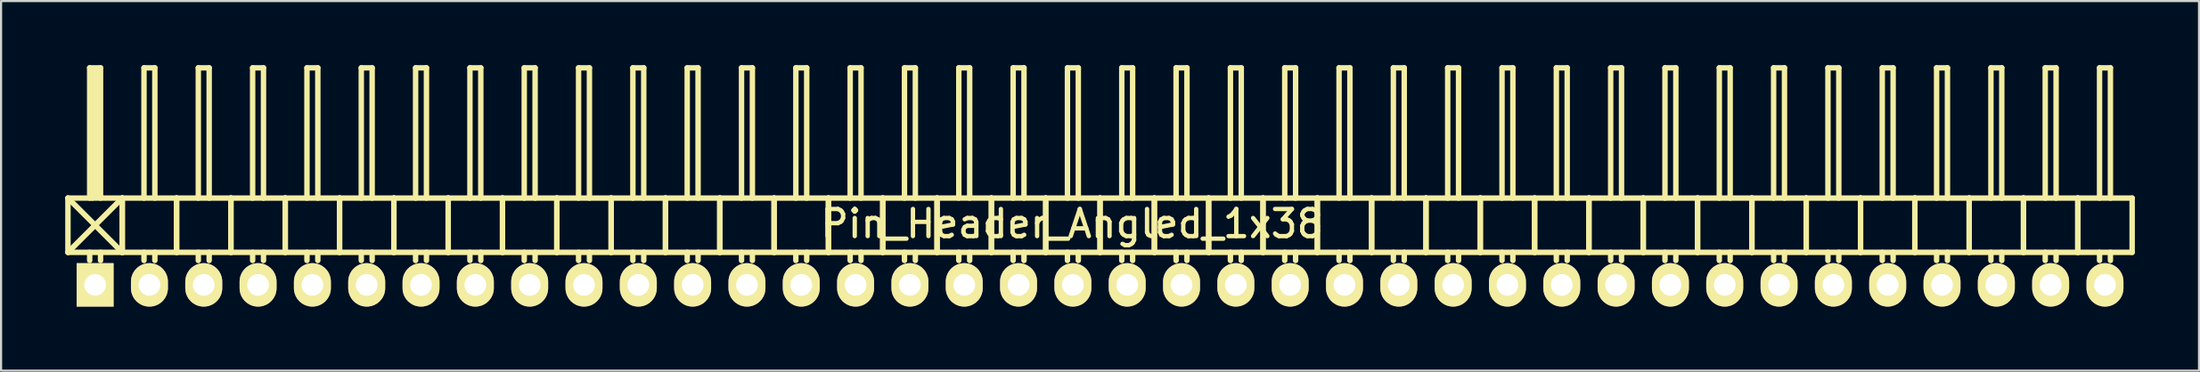
<source format=kicad_pcb>
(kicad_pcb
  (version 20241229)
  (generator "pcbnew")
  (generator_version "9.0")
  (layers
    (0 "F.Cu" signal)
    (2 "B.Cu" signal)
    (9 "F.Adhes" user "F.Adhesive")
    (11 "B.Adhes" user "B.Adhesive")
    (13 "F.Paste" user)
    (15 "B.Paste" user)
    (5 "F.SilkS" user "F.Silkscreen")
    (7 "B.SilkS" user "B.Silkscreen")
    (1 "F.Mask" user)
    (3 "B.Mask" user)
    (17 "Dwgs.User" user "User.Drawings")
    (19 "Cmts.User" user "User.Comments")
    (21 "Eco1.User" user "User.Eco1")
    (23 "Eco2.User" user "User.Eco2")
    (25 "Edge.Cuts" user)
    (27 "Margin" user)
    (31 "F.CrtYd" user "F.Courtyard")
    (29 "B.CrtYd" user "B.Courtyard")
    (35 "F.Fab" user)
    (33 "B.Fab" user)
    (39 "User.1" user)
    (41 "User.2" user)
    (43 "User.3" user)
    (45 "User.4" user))
  (footprint "Pin_Header_Angled_1x38"
    (layer "F.Cu")
    (at 48.387 10.287)
    (property "Reference" "Pin_Header_Angled_1x38" (at -1.31 -2.861 0) (layer "F.SilkS") (effects (font (size 1.27 1.27) (thickness 0.203))))
    (attr through_hole)
    (fp_line (start -48.26 -4.064) (end -45.72 -1.524) (stroke (width 0.254) (type solid)) (layer "F.SilkS"))
    (fp_line (start -48.26 -1.524) (end -48.26 -4.064) (stroke (width 0.254) (type solid)) (layer "F.SilkS"))
    (fp_line (start -48.26 -1.524) (end -45.72 -1.524) (stroke (width 0.254) (type solid)) (layer "F.SilkS"))
    (fp_line (start -47.244 -10.16) (end -46.736 -10.16) (stroke (width 0.254) (type solid)) (layer "F.SilkS"))
    (fp_line (start -47.244 -4.064) (end -47.244 -10.16) (stroke (width 0.254) (type solid)) (layer "F.SilkS"))
    (fp_line (start -47.244 -1.524) (end -47.244 -1.143) (stroke (width 0.254) (type solid)) (layer "F.SilkS"))
    (fp_line (start -47.117 -10.033) (end -46.863 -10.033) (stroke (width 0.254) (type solid)) (layer "F.SilkS"))
    (fp_line (start -47.117 -4.064) (end -47.117 -10.033) (stroke (width 0.254) (type solid)) (layer "F.SilkS"))
    (fp_line (start -46.99 -4.191) (end -46.99 -10.033) (stroke (width 0.254) (type solid)) (layer "F.SilkS"))
    (fp_line (start -46.863 -10.033) (end -46.863 -4.191) (stroke (width 0.254) (type solid)) (layer "F.SilkS"))
    (fp_line (start -46.863 -4.191) (end -46.99 -4.191) (stroke (width 0.254) (type solid)) (layer "F.SilkS"))
    (fp_line (start -46.736 -10.16) (end -46.736 -4.064) (stroke (width 0.254) (type solid)) (layer "F.SilkS"))
    (fp_line (start -46.736 -1.524) (end -46.736 -1.143) (stroke (width 0.254) (type solid)) (layer "F.SilkS"))
    (fp_line (start -45.72 -4.064) (end -48.26 -4.064) (stroke (width 0.254) (type solid)) (layer "F.SilkS"))
    (fp_line (start -45.72 -4.064) (end -48.26 -1.524) (stroke (width 0.254) (type solid)) (layer "F.SilkS"))
    (fp_line (start -45.72 -1.524) (end -45.72 -4.064) (stroke (width 0.254) (type solid)) (layer "F.SilkS"))
    (fp_line (start -45.72 -1.524) (end -45.72 -4.064) (stroke (width 0.254) (type solid)) (layer "F.SilkS"))
    (fp_line (start -45.72 -1.524) (end -43.18 -1.524) (stroke (width 0.254) (type solid)) (layer "F.SilkS"))
    (fp_line (start -44.704 -10.16) (end -44.196 -10.16) (stroke (width 0.254) (type solid)) (layer "F.SilkS"))
    (fp_line (start -44.704 -4.064) (end -44.704 -10.16) (stroke (width 0.254) (type solid)) (layer "F.SilkS"))
    (fp_line (start -44.704 -1.524) (end -44.704 -1.143) (stroke (width 0.254) (type solid)) (layer "F.SilkS"))
    (fp_line (start -44.196 -10.16) (end -44.196 -4.064) (stroke (width 0.254) (type solid)) (layer "F.SilkS"))
    (fp_line (start -44.196 -1.524) (end -44.196 -1.143) (stroke (width 0.254) (type solid)) (layer "F.SilkS"))
    (fp_line (start -43.18 -4.064) (end -45.72 -4.064) (stroke (width 0.254) (type solid)) (layer "F.SilkS"))
    (fp_line (start -43.18 -1.524) (end -43.18 -4.064) (stroke (width 0.254) (type solid)) (layer "F.SilkS"))
    (fp_line (start -43.18 -1.524) (end -43.18 -4.064) (stroke (width 0.254) (type solid)) (layer "F.SilkS"))
    (fp_line (start -43.18 -1.524) (end -40.64 -1.524) (stroke (width 0.254) (type solid)) (layer "F.SilkS"))
    (fp_line (start -42.164 -10.16) (end -41.656 -10.16) (stroke (width 0.254) (type solid)) (layer "F.SilkS"))
    (fp_line (start -42.164 -4.064) (end -42.164 -10.16) (stroke (width 0.254) (type solid)) (layer "F.SilkS"))
    (fp_line (start -42.164 -1.524) (end -42.164 -1.143) (stroke (width 0.254) (type solid)) (layer "F.SilkS"))
    (fp_line (start -41.656 -10.16) (end -41.656 -4.064) (stroke (width 0.254) (type solid)) (layer "F.SilkS"))
    (fp_line (start -41.656 -1.524) (end -41.656 -1.143) (stroke (width 0.254) (type solid)) (layer "F.SilkS"))
    (fp_line (start -40.64 -4.064) (end -43.18 -4.064) (stroke (width 0.254) (type solid)) (layer "F.SilkS"))
    (fp_line (start -40.64 -1.524) (end -40.64 -4.064) (stroke (width 0.254) (type solid)) (layer "F.SilkS"))
    (fp_line (start -40.64 -1.524) (end -40.64 -4.064) (stroke (width 0.254) (type solid)) (layer "F.SilkS"))
    (fp_line (start -40.64 -1.524) (end -38.1 -1.524) (stroke (width 0.254) (type solid)) (layer "F.SilkS"))
    (fp_line (start -39.624 -10.16) (end -39.116 -10.16) (stroke (width 0.254) (type solid)) (layer "F.SilkS"))
    (fp_line (start -39.624 -4.064) (end -39.624 -10.16) (stroke (width 0.254) (type solid)) (layer "F.SilkS"))
    (fp_line (start -39.624 -1.524) (end -39.624 -1.143) (stroke (width 0.254) (type solid)) (layer "F.SilkS"))
    (fp_line (start -39.116 -10.16) (end -39.116 -4.064) (stroke (width 0.254) (type solid)) (layer "F.SilkS"))
    (fp_line (start -39.116 -1.524) (end -39.116 -1.143) (stroke (width 0.254) (type solid)) (layer "F.SilkS"))
    (fp_line (start -38.1 -4.064) (end -40.64 -4.064) (stroke (width 0.254) (type solid)) (layer "F.SilkS"))
    (fp_line (start -38.1 -1.524) (end -38.1 -4.064) (stroke (width 0.254) (type solid)) (layer "F.SilkS"))
    (fp_line (start -38.1 -1.524) (end -38.1 -4.064) (stroke (width 0.254) (type solid)) (layer "F.SilkS"))
    (fp_line (start -38.1 -1.524) (end -35.56 -1.524) (stroke (width 0.254) (type solid)) (layer "F.SilkS"))
    (fp_line (start -37.084 -10.16) (end -36.576 -10.16) (stroke (width 0.254) (type solid)) (layer "F.SilkS"))
    (fp_line (start -37.084 -4.064) (end -37.084 -10.16) (stroke (width 0.254) (type solid)) (layer "F.SilkS"))
    (fp_line (start -37.084 -1.524) (end -37.084 -1.143) (stroke (width 0.254) (type solid)) (layer "F.SilkS"))
    (fp_line (start -36.576 -10.16) (end -36.576 -4.064) (stroke (width 0.254) (type solid)) (layer "F.SilkS"))
    (fp_line (start -36.576 -1.524) (end -36.576 -1.143) (stroke (width 0.254) (type solid)) (layer "F.SilkS"))
    (fp_line (start -35.56 -4.064) (end -38.1 -4.064) (stroke (width 0.254) (type solid)) (layer "F.SilkS"))
    (fp_line (start -35.56 -1.524) (end -35.56 -4.064) (stroke (width 0.254) (type solid)) (layer "F.SilkS"))
    (fp_line (start -35.56 -1.524) (end -35.56 -4.064) (stroke (width 0.254) (type solid)) (layer "F.SilkS"))
    (fp_line (start -35.56 -1.524) (end -33.02 -1.524) (stroke (width 0.254) (type solid)) (layer "F.SilkS"))
    (fp_line (start -34.544 -10.16) (end -34.036 -10.16) (stroke (width 0.254) (type solid)) (layer "F.SilkS"))
    (fp_line (start -34.544 -4.064) (end -34.544 -10.16) (stroke (width 0.254) (type solid)) (layer "F.SilkS"))
    (fp_line (start -34.544 -1.524) (end -34.544 -1.143) (stroke (width 0.254) (type solid)) (layer "F.SilkS"))
    (fp_line (start -34.036 -10.16) (end -34.036 -4.064) (stroke (width 0.254) (type solid)) (layer "F.SilkS"))
    (fp_line (start -34.036 -1.524) (end -34.036 -1.143) (stroke (width 0.254) (type solid)) (layer "F.SilkS"))
    (fp_line (start -33.02 -4.064) (end -35.56 -4.064) (stroke (width 0.254) (type solid)) (layer "F.SilkS"))
    (fp_line (start -33.02 -1.524) (end -33.02 -4.064) (stroke (width 0.254) (type solid)) (layer "F.SilkS"))
    (fp_line (start -33.02 -1.524) (end -33.02 -4.064) (stroke (width 0.254) (type solid)) (layer "F.SilkS"))
    (fp_line (start -33.02 -1.524) (end -30.48 -1.524) (stroke (width 0.254) (type solid)) (layer "F.SilkS"))
    (fp_line (start -32.004 -10.16) (end -31.496 -10.16) (stroke (width 0.254) (type solid)) (layer "F.SilkS"))
    (fp_line (start -32.004 -4.064) (end -32.004 -10.16) (stroke (width 0.254) (type solid)) (layer "F.SilkS"))
    (fp_line (start -32.004 -1.524) (end -32.004 -1.143) (stroke (width 0.254) (type solid)) (layer "F.SilkS"))
    (fp_line (start -31.496 -10.16) (end -31.496 -4.064) (stroke (width 0.254) (type solid)) (layer "F.SilkS"))
    (fp_line (start -31.496 -1.524) (end -31.496 -1.143) (stroke (width 0.254) (type solid)) (layer "F.SilkS"))
    (fp_line (start -30.48 -4.064) (end -33.02 -4.064) (stroke (width 0.254) (type solid)) (layer "F.SilkS"))
    (fp_line (start -30.48 -1.524) (end -30.48 -4.064) (stroke (width 0.254) (type solid)) (layer "F.SilkS"))
    (fp_line (start -30.48 -1.524) (end -30.48 -4.064) (stroke (width 0.254) (type solid)) (layer "F.SilkS"))
    (fp_line (start -30.48 -1.524) (end -27.94 -1.524) (stroke (width 0.254) (type solid)) (layer "F.SilkS"))
    (fp_line (start -29.464 -10.16) (end -28.956 -10.16) (stroke (width 0.254) (type solid)) (layer "F.SilkS"))
    (fp_line (start -29.464 -4.064) (end -29.464 -10.16) (stroke (width 0.254) (type solid)) (layer "F.SilkS"))
    (fp_line (start -29.464 -1.524) (end -29.464 -1.143) (stroke (width 0.254) (type solid)) (layer "F.SilkS"))
    (fp_line (start -28.956 -10.16) (end -28.956 -4.064) (stroke (width 0.254) (type solid)) (layer "F.SilkS"))
    (fp_line (start -28.956 -1.524) (end -28.956 -1.143) (stroke (width 0.254) (type solid)) (layer "F.SilkS"))
    (fp_line (start -27.94 -4.064) (end -30.48 -4.064) (stroke (width 0.254) (type solid)) (layer "F.SilkS"))
    (fp_line (start -27.94 -1.524) (end -27.94 -4.064) (stroke (width 0.254) (type solid)) (layer "F.SilkS"))
    (fp_line (start -27.94 -1.524) (end -27.94 -4.064) (stroke (width 0.254) (type solid)) (layer "F.SilkS"))
    (fp_line (start -27.94 -1.524) (end -25.4 -1.524) (stroke (width 0.254) (type solid)) (layer "F.SilkS"))
    (fp_line (start -26.924 -10.16) (end -26.416 -10.16) (stroke (width 0.254) (type solid)) (layer "F.SilkS"))
    (fp_line (start -26.924 -4.064) (end -26.924 -10.16) (stroke (width 0.254) (type solid)) (layer "F.SilkS"))
    (fp_line (start -26.924 -1.524) (end -26.924 -1.143) (stroke (width 0.254) (type solid)) (layer "F.SilkS"))
    (fp_line (start -26.416 -10.16) (end -26.416 -4.064) (stroke (width 0.254) (type solid)) (layer "F.SilkS"))
    (fp_line (start -26.416 -1.524) (end -26.416 -1.143) (stroke (width 0.254) (type solid)) (layer "F.SilkS"))
    (fp_line (start -25.4 -4.064) (end -27.94 -4.064) (stroke (width 0.254) (type solid)) (layer "F.SilkS"))
    (fp_line (start -25.4 -1.524) (end -25.4 -4.064) (stroke (width 0.254) (type solid)) (layer "F.SilkS"))
    (fp_line (start -25.4 -1.524) (end -25.4 -4.064) (stroke (width 0.254) (type solid)) (layer "F.SilkS"))
    (fp_line (start -25.4 -1.524) (end -22.86 -1.524) (stroke (width 0.254) (type solid)) (layer "F.SilkS"))
    (fp_line (start -24.384 -10.16) (end -23.876 -10.16) (stroke (width 0.254) (type solid)) (layer "F.SilkS"))
    (fp_line (start -24.384 -4.064) (end -24.384 -10.16) (stroke (width 0.254) (type solid)) (layer "F.SilkS"))
    (fp_line (start -24.384 -1.524) (end -24.384 -1.143) (stroke (width 0.254) (type solid)) (layer "F.SilkS"))
    (fp_line (start -23.876 -10.16) (end -23.876 -4.064) (stroke (width 0.254) (type solid)) (layer "F.SilkS"))
    (fp_line (start -23.876 -1.524) (end -23.876 -1.143) (stroke (width 0.254) (type solid)) (layer "F.SilkS"))
    (fp_line (start -22.86 -4.064) (end -25.4 -4.064) (stroke (width 0.254) (type solid)) (layer "F.SilkS"))
    (fp_line (start -22.86 -1.524) (end -22.86 -4.064) (stroke (width 0.254) (type solid)) (layer "F.SilkS"))
    (fp_line (start -22.86 -1.524) (end -22.86 -4.064) (stroke (width 0.254) (type solid)) (layer "F.SilkS"))
    (fp_line (start -22.86 -1.524) (end -20.32 -1.524) (stroke (width 0.254) (type solid)) (layer "F.SilkS"))
    (fp_line (start -21.844 -10.16) (end -21.336 -10.16) (stroke (width 0.254) (type solid)) (layer "F.SilkS"))
    (fp_line (start -21.844 -4.064) (end -21.844 -10.16) (stroke (width 0.254) (type solid)) (layer "F.SilkS"))
    (fp_line (start -21.844 -1.524) (end -21.844 -1.143) (stroke (width 0.254) (type solid)) (layer "F.SilkS"))
    (fp_line (start -21.336 -10.16) (end -21.336 -4.064) (stroke (width 0.254) (type solid)) (layer "F.SilkS"))
    (fp_line (start -21.336 -1.524) (end -21.336 -1.143) (stroke (width 0.254) (type solid)) (layer "F.SilkS"))
    (fp_line (start -20.32 -4.064) (end -22.86 -4.064) (stroke (width 0.254) (type solid)) (layer "F.SilkS"))
    (fp_line (start -20.32 -1.524) (end -20.32 -4.064) (stroke (width 0.254) (type solid)) (layer "F.SilkS"))
    (fp_line (start -20.32 -1.524) (end -20.32 -4.064) (stroke (width 0.254) (type solid)) (layer "F.SilkS"))
    (fp_line (start -20.32 -1.524) (end -17.78 -1.524) (stroke (width 0.254) (type solid)) (layer "F.SilkS"))
    (fp_line (start -19.304 -10.16) (end -18.796 -10.16) (stroke (width 0.254) (type solid)) (layer "F.SilkS"))
    (fp_line (start -19.304 -4.064) (end -19.304 -10.16) (stroke (width 0.254) (type solid)) (layer "F.SilkS"))
    (fp_line (start -19.304 -1.524) (end -19.304 -1.143) (stroke (width 0.254) (type solid)) (layer "F.SilkS"))
    (fp_line (start -18.796 -10.16) (end -18.796 -4.064) (stroke (width 0.254) (type solid)) (layer "F.SilkS"))
    (fp_line (start -18.796 -1.524) (end -18.796 -1.143) (stroke (width 0.254) (type solid)) (layer "F.SilkS"))
    (fp_line (start -17.78 -4.064) (end -20.32 -4.064) (stroke (width 0.254) (type solid)) (layer "F.SilkS"))
    (fp_line (start -17.78 -1.524) (end -17.78 -4.064) (stroke (width 0.254) (type solid)) (layer "F.SilkS"))
    (fp_line (start -17.78 -1.524) (end -17.78 -4.064) (stroke (width 0.254) (type solid)) (layer "F.SilkS"))
    (fp_line (start -17.78 -1.524) (end -15.24 -1.524) (stroke (width 0.254) (type solid)) (layer "F.SilkS"))
    (fp_line (start -16.764 -10.16) (end -16.256 -10.16) (stroke (width 0.254) (type solid)) (layer "F.SilkS"))
    (fp_line (start -16.764 -4.064) (end -16.764 -10.16) (stroke (width 0.254) (type solid)) (layer "F.SilkS"))
    (fp_line (start -16.764 -1.524) (end -16.764 -1.143) (stroke (width 0.254) (type solid)) (layer "F.SilkS"))
    (fp_line (start -16.256 -10.16) (end -16.256 -4.064) (stroke (width 0.254) (type solid)) (layer "F.SilkS"))
    (fp_line (start -16.256 -1.524) (end -16.256 -1.143) (stroke (width 0.254) (type solid)) (layer "F.SilkS"))
    (fp_line (start -15.24 -4.064) (end -17.78 -4.064) (stroke (width 0.254) (type solid)) (layer "F.SilkS"))
    (fp_line (start -15.24 -1.524) (end -15.24 -4.064) (stroke (width 0.254) (type solid)) (layer "F.SilkS"))
    (fp_line (start -15.24 -1.524) (end -15.24 -4.064) (stroke (width 0.254) (type solid)) (layer "F.SilkS"))
    (fp_line (start -15.24 -1.524) (end -12.7 -1.524) (stroke (width 0.254) (type solid)) (layer "F.SilkS"))
    (fp_line (start -14.224 -10.16) (end -13.716 -10.16) (stroke (width 0.254) (type solid)) (layer "F.SilkS"))
    (fp_line (start -14.224 -4.064) (end -14.224 -10.16) (stroke (width 0.254) (type solid)) (layer "F.SilkS"))
    (fp_line (start -14.224 -1.524) (end -14.224 -1.143) (stroke (width 0.254) (type solid)) (layer "F.SilkS"))
    (fp_line (start -13.716 -10.16) (end -13.716 -4.064) (stroke (width 0.254) (type solid)) (layer "F.SilkS"))
    (fp_line (start -13.716 -1.524) (end -13.716 -1.143) (stroke (width 0.254) (type solid)) (layer "F.SilkS"))
    (fp_line (start -12.7 -4.064) (end -15.24 -4.064) (stroke (width 0.254) (type solid)) (layer "F.SilkS"))
    (fp_line (start -12.7 -1.524) (end -12.7 -4.064) (stroke (width 0.254) (type solid)) (layer "F.SilkS"))
    (fp_line (start -12.7 -1.524) (end -12.7 -4.064) (stroke (width 0.254) (type solid)) (layer "F.SilkS"))
    (fp_line (start -12.7 -1.524) (end -10.16 -1.524) (stroke (width 0.254) (type solid)) (layer "F.SilkS"))
    (fp_line (start -11.684 -10.16) (end -11.176 -10.16) (stroke (width 0.254) (type solid)) (layer "F.SilkS"))
    (fp_line (start -11.684 -4.064) (end -11.684 -10.16) (stroke (width 0.254) (type solid)) (layer "F.SilkS"))
    (fp_line (start -11.684 -1.524) (end -11.684 -1.143) (stroke (width 0.254) (type solid)) (layer "F.SilkS"))
    (fp_line (start -11.176 -10.16) (end -11.176 -4.064) (stroke (width 0.254) (type solid)) (layer "F.SilkS"))
    (fp_line (start -11.176 -1.524) (end -11.176 -1.143) (stroke (width 0.254) (type solid)) (layer "F.SilkS"))
    (fp_line (start -10.16 -4.064) (end -12.7 -4.064) (stroke (width 0.254) (type solid)) (layer "F.SilkS"))
    (fp_line (start -10.16 -1.524) (end -10.16 -4.064) (stroke (width 0.254) (type solid)) (layer "F.SilkS"))
    (fp_line (start -10.16 -1.524) (end -10.16 -4.064) (stroke (width 0.254) (type solid)) (layer "F.SilkS"))
    (fp_line (start -10.16 -1.524) (end -7.62 -1.524) (stroke (width 0.254) (type solid)) (layer "F.SilkS"))
    (fp_line (start -9.144 -10.16) (end -8.636 -10.16) (stroke (width 0.254) (type solid)) (layer "F.SilkS"))
    (fp_line (start -9.144 -4.064) (end -9.144 -10.16) (stroke (width 0.254) (type solid)) (layer "F.SilkS"))
    (fp_line (start -9.144 -1.524) (end -9.144 -1.143) (stroke (width 0.254) (type solid)) (layer "F.SilkS"))
    (fp_line (start -8.636 -10.16) (end -8.636 -4.064) (stroke (width 0.254) (type solid)) (layer "F.SilkS"))
    (fp_line (start -8.636 -1.524) (end -8.636 -1.143) (stroke (width 0.254) (type solid)) (layer "F.SilkS"))
    (fp_line (start -7.62 -4.064) (end -10.16 -4.064) (stroke (width 0.254) (type solid)) (layer "F.SilkS"))
    (fp_line (start -7.62 -1.524) (end -7.62 -4.064) (stroke (width 0.254) (type solid)) (layer "F.SilkS"))
    (fp_line (start -7.62 -1.524) (end -7.62 -4.064) (stroke (width 0.254) (type solid)) (layer "F.SilkS"))
    (fp_line (start -7.62 -1.524) (end -5.08 -1.524) (stroke (width 0.254) (type solid)) (layer "F.SilkS"))
    (fp_line (start -6.604 -10.16) (end -6.096 -10.16) (stroke (width 0.254) (type solid)) (layer "F.SilkS"))
    (fp_line (start -6.604 -4.064) (end -6.604 -10.16) (stroke (width 0.254) (type solid)) (layer "F.SilkS"))
    (fp_line (start -6.604 -1.524) (end -6.604 -1.143) (stroke (width 0.254) (type solid)) (layer "F.SilkS"))
    (fp_line (start -6.096 -10.16) (end -6.096 -4.064) (stroke (width 0.254) (type solid)) (layer "F.SilkS"))
    (fp_line (start -6.096 -1.524) (end -6.096 -1.143) (stroke (width 0.254) (type solid)) (layer "F.SilkS"))
    (fp_line (start -5.08 -4.064) (end -7.62 -4.064) (stroke (width 0.254) (type solid)) (layer "F.SilkS"))
    (fp_line (start -5.08 -1.524) (end -5.08 -4.064) (stroke (width 0.254) (type solid)) (layer "F.SilkS"))
    (fp_line (start -5.08 -1.524) (end -5.08 -4.064) (stroke (width 0.254) (type solid)) (layer "F.SilkS"))
    (fp_line (start -5.08 -1.524) (end -2.54 -1.524) (stroke (width 0.254) (type solid)) (layer "F.SilkS"))
    (fp_line (start -4.064 -10.16) (end -3.556 -10.16) (stroke (width 0.254) (type solid)) (layer "F.SilkS"))
    (fp_line (start -4.064 -4.064) (end -4.064 -10.16) (stroke (width 0.254) (type solid)) (layer "F.SilkS"))
    (fp_line (start -4.064 -1.524) (end -4.064 -1.143) (stroke (width 0.254) (type solid)) (layer "F.SilkS"))
    (fp_line (start -3.556 -10.16) (end -3.556 -4.064) (stroke (width 0.254) (type solid)) (layer "F.SilkS"))
    (fp_line (start -3.556 -1.524) (end -3.556 -1.143) (stroke (width 0.254) (type solid)) (layer "F.SilkS"))
    (fp_line (start -2.54 -4.064) (end -5.08 -4.064) (stroke (width 0.254) (type solid)) (layer "F.SilkS"))
    (fp_line (start -2.54 -1.524) (end -2.54 -4.064) (stroke (width 0.254) (type solid)) (layer "F.SilkS"))
    (fp_line (start -2.54 -1.524) (end -2.54 -4.064) (stroke (width 0.254) (type solid)) (layer "F.SilkS"))
    (fp_line (start -2.54 -1.524) (end 0 -1.524) (stroke (width 0.254) (type solid)) (layer "F.SilkS"))
    (fp_line (start -1.524 -10.16) (end -1.016 -10.16) (stroke (width 0.254) (type solid)) (layer "F.SilkS"))
    (fp_line (start -1.524 -4.064) (end -1.524 -10.16) (stroke (width 0.254) (type solid)) (layer "F.SilkS"))
    (fp_line (start -1.524 -1.524) (end -1.524 -1.143) (stroke (width 0.254) (type solid)) (layer "F.SilkS"))
    (fp_line (start -1.016 -10.16) (end -1.016 -4.064) (stroke (width 0.254) (type solid)) (layer "F.SilkS"))
    (fp_line (start -1.016 -1.524) (end -1.016 -1.143) (stroke (width 0.254) (type solid)) (layer "F.SilkS"))
    (fp_line (start 0 -4.064) (end -2.54 -4.064) (stroke (width 0.254) (type solid)) (layer "F.SilkS"))
    (fp_line (start 0 -1.524) (end 0 -4.064) (stroke (width 0.254) (type solid)) (layer "F.SilkS"))
    (fp_line (start 0 -1.524) (end 0 -4.064) (stroke (width 0.254) (type solid)) (layer "F.SilkS"))
    (fp_line (start 0 -1.524) (end 2.54 -1.524) (stroke (width 0.254) (type solid)) (layer "F.SilkS"))
    (fp_line (start 1.016 -10.16) (end 1.524 -10.16) (stroke (width 0.254) (type solid)) (layer "F.SilkS"))
    (fp_line (start 1.016 -4.064) (end 1.016 -10.16) (stroke (width 0.254) (type solid)) (layer "F.SilkS"))
    (fp_line (start 1.016 -1.524) (end 1.016 -1.143) (stroke (width 0.254) (type solid)) (layer "F.SilkS"))
    (fp_line (start 1.524 -10.16) (end 1.524 -4.064) (stroke (width 0.254) (type solid)) (layer "F.SilkS"))
    (fp_line (start 1.524 -1.524) (end 1.524 -1.143) (stroke (width 0.254) (type solid)) (layer "F.SilkS"))
    (fp_line (start 2.54 -4.064) (end 0 -4.064) (stroke (width 0.254) (type solid)) (layer "F.SilkS"))
    (fp_line (start 2.54 -1.524) (end 2.54 -4.064) (stroke (width 0.254) (type solid)) (layer "F.SilkS"))
    (fp_line (start 2.54 -1.524) (end 2.54 -4.064) (stroke (width 0.254) (type solid)) (layer "F.SilkS"))
    (fp_line (start 2.54 -1.524) (end 5.08 -1.524) (stroke (width 0.254) (type solid)) (layer "F.SilkS"))
    (fp_line (start 3.556 -10.16) (end 4.064 -10.16) (stroke (width 0.254) (type solid)) (layer "F.SilkS"))
    (fp_line (start 3.556 -4.064) (end 3.556 -10.16) (stroke (width 0.254) (type solid)) (layer "F.SilkS"))
    (fp_line (start 3.556 -1.524) (end 3.556 -1.143) (stroke (width 0.254) (type solid)) (layer "F.SilkS"))
    (fp_line (start 4.064 -10.16) (end 4.064 -4.064) (stroke (width 0.254) (type solid)) (layer "F.SilkS"))
    (fp_line (start 4.064 -1.524) (end 4.064 -1.143) (stroke (width 0.254) (type solid)) (layer "F.SilkS"))
    (fp_line (start 5.08 -4.064) (end 2.54 -4.064) (stroke (width 0.254) (type solid)) (layer "F.SilkS"))
    (fp_line (start 5.08 -1.524) (end 5.08 -4.064) (stroke (width 0.254) (type solid)) (layer "F.SilkS"))
    (fp_line (start 5.08 -1.524) (end 5.08 -4.064) (stroke (width 0.254) (type solid)) (layer "F.SilkS"))
    (fp_line (start 5.08 -1.524) (end 7.62 -1.524) (stroke (width 0.254) (type solid)) (layer "F.SilkS"))
    (fp_line (start 6.096 -10.16) (end 6.604 -10.16) (stroke (width 0.254) (type solid)) (layer "F.SilkS"))
    (fp_line (start 6.096 -4.064) (end 6.096 -10.16) (stroke (width 0.254) (type solid)) (layer "F.SilkS"))
    (fp_line (start 6.096 -1.524) (end 6.096 -1.143) (stroke (width 0.254) (type solid)) (layer "F.SilkS"))
    (fp_line (start 6.604 -10.16) (end 6.604 -4.064) (stroke (width 0.254) (type solid)) (layer "F.SilkS"))
    (fp_line (start 6.604 -1.524) (end 6.604 -1.143) (stroke (width 0.254) (type solid)) (layer "F.SilkS"))
    (fp_line (start 7.62 -4.064) (end 5.08 -4.064) (stroke (width 0.254) (type solid)) (layer "F.SilkS"))
    (fp_line (start 7.62 -1.524) (end 7.62 -4.064) (stroke (width 0.254) (type solid)) (layer "F.SilkS"))
    (fp_line (start 7.62 -1.524) (end 7.62 -4.064) (stroke (width 0.254) (type solid)) (layer "F.SilkS"))
    (fp_line (start 7.62 -1.524) (end 10.16 -1.524) (stroke (width 0.254) (type solid)) (layer "F.SilkS"))
    (fp_line (start 8.636 -10.16) (end 9.144 -10.16) (stroke (width 0.254) (type solid)) (layer "F.SilkS"))
    (fp_line (start 8.636 -4.064) (end 8.636 -10.16) (stroke (width 0.254) (type solid)) (layer "F.SilkS"))
    (fp_line (start 8.636 -1.524) (end 8.636 -1.143) (stroke (width 0.254) (type solid)) (layer "F.SilkS"))
    (fp_line (start 9.144 -10.16) (end 9.144 -4.064) (stroke (width 0.254) (type solid)) (layer "F.SilkS"))
    (fp_line (start 9.144 -1.524) (end 9.144 -1.143) (stroke (width 0.254) (type solid)) (layer "F.SilkS"))
    (fp_line (start 10.16 -4.064) (end 7.62 -4.064) (stroke (width 0.254) (type solid)) (layer "F.SilkS"))
    (fp_line (start 10.16 -1.524) (end 10.16 -4.064) (stroke (width 0.254) (type solid)) (layer "F.SilkS"))
    (fp_line (start 10.16 -1.524) (end 10.16 -4.064) (stroke (width 0.254) (type solid)) (layer "F.SilkS"))
    (fp_line (start 10.16 -1.524) (end 12.7 -1.524) (stroke (width 0.254) (type solid)) (layer "F.SilkS"))
    (fp_line (start 11.176 -10.16) (end 11.684 -10.16) (stroke (width 0.254) (type solid)) (layer "F.SilkS"))
    (fp_line (start 11.176 -4.064) (end 11.176 -10.16) (stroke (width 0.254) (type solid)) (layer "F.SilkS"))
    (fp_line (start 11.176 -1.524) (end 11.176 -1.143) (stroke (width 0.254) (type solid)) (layer "F.SilkS"))
    (fp_line (start 11.684 -10.16) (end 11.684 -4.064) (stroke (width 0.254) (type solid)) (layer "F.SilkS"))
    (fp_line (start 11.684 -1.524) (end 11.684 -1.143) (stroke (width 0.254) (type solid)) (layer "F.SilkS"))
    (fp_line (start 12.7 -4.064) (end 10.16 -4.064) (stroke (width 0.254) (type solid)) (layer "F.SilkS"))
    (fp_line (start 12.7 -1.524) (end 12.7 -4.064) (stroke (width 0.254) (type solid)) (layer "F.SilkS"))
    (fp_line (start 12.7 -1.524) (end 12.7 -4.064) (stroke (width 0.254) (type solid)) (layer "F.SilkS"))
    (fp_line (start 12.7 -1.524) (end 15.24 -1.524) (stroke (width 0.254) (type solid)) (layer "F.SilkS"))
    (fp_line (start 13.716 -10.16) (end 14.224 -10.16) (stroke (width 0.254) (type solid)) (layer "F.SilkS"))
    (fp_line (start 13.716 -4.064) (end 13.716 -10.16) (stroke (width 0.254) (type solid)) (layer "F.SilkS"))
    (fp_line (start 13.716 -1.524) (end 13.716 -1.143) (stroke (width 0.254) (type solid)) (layer "F.SilkS"))
    (fp_line (start 14.224 -10.16) (end 14.224 -4.064) (stroke (width 0.254) (type solid)) (layer "F.SilkS"))
    (fp_line (start 14.224 -1.524) (end 14.224 -1.143) (stroke (width 0.254) (type solid)) (layer "F.SilkS"))
    (fp_line (start 15.24 -4.064) (end 12.7 -4.064) (stroke (width 0.254) (type solid)) (layer "F.SilkS"))
    (fp_line (start 15.24 -1.524) (end 15.24 -4.064) (stroke (width 0.254) (type solid)) (layer "F.SilkS"))
    (fp_line (start 15.24 -1.524) (end 15.24 -4.064) (stroke (width 0.254) (type solid)) (layer "F.SilkS"))
    (fp_line (start 15.24 -1.524) (end 17.78 -1.524) (stroke (width 0.254) (type solid)) (layer "F.SilkS"))
    (fp_line (start 16.256 -10.16) (end 16.764 -10.16) (stroke (width 0.254) (type solid)) (layer "F.SilkS"))
    (fp_line (start 16.256 -4.064) (end 16.256 -10.16) (stroke (width 0.254) (type solid)) (layer "F.SilkS"))
    (fp_line (start 16.256 -1.524) (end 16.256 -1.143) (stroke (width 0.254) (type solid)) (layer "F.SilkS"))
    (fp_line (start 16.764 -10.16) (end 16.764 -4.064) (stroke (width 0.254) (type solid)) (layer "F.SilkS"))
    (fp_line (start 16.764 -1.524) (end 16.764 -1.143) (stroke (width 0.254) (type solid)) (layer "F.SilkS"))
    (fp_line (start 17.78 -4.064) (end 15.24 -4.064) (stroke (width 0.254) (type solid)) (layer "F.SilkS"))
    (fp_line (start 17.78 -1.524) (end 17.78 -4.064) (stroke (width 0.254) (type solid)) (layer "F.SilkS"))
    (fp_line (start 17.78 -1.524) (end 17.78 -4.064) (stroke (width 0.254) (type solid)) (layer "F.SilkS"))
    (fp_line (start 17.78 -1.524) (end 20.32 -1.524) (stroke (width 0.254) (type solid)) (layer "F.SilkS"))
    (fp_line (start 18.796 -10.16) (end 19.304 -10.16) (stroke (width 0.254) (type solid)) (layer "F.SilkS"))
    (fp_line (start 18.796 -4.064) (end 18.796 -10.16) (stroke (width 0.254) (type solid)) (layer "F.SilkS"))
    (fp_line (start 18.796 -1.524) (end 18.796 -1.143) (stroke (width 0.254) (type solid)) (layer "F.SilkS"))
    (fp_line (start 19.304 -10.16) (end 19.304 -4.064) (stroke (width 0.254) (type solid)) (layer "F.SilkS"))
    (fp_line (start 19.304 -1.524) (end 19.304 -1.143) (stroke (width 0.254) (type solid)) (layer "F.SilkS"))
    (fp_line (start 20.32 -4.064) (end 17.78 -4.064) (stroke (width 0.254) (type solid)) (layer "F.SilkS"))
    (fp_line (start 20.32 -1.524) (end 20.32 -4.064) (stroke (width 0.254) (type solid)) (layer "F.SilkS"))
    (fp_line (start 20.32 -1.524) (end 20.32 -4.064) (stroke (width 0.254) (type solid)) (layer "F.SilkS"))
    (fp_line (start 20.32 -1.524) (end 22.86 -1.524) (stroke (width 0.254) (type solid)) (layer "F.SilkS"))
    (fp_line (start 21.336 -10.16) (end 21.844 -10.16) (stroke (width 0.254) (type solid)) (layer "F.SilkS"))
    (fp_line (start 21.336 -4.064) (end 21.336 -10.16) (stroke (width 0.254) (type solid)) (layer "F.SilkS"))
    (fp_line (start 21.336 -1.524) (end 21.336 -1.143) (stroke (width 0.254) (type solid)) (layer "F.SilkS"))
    (fp_line (start 21.844 -10.16) (end 21.844 -4.064) (stroke (width 0.254) (type solid)) (layer "F.SilkS"))
    (fp_line (start 21.844 -1.524) (end 21.844 -1.143) (stroke (width 0.254) (type solid)) (layer "F.SilkS"))
    (fp_line (start 22.86 -4.064) (end 20.32 -4.064) (stroke (width 0.254) (type solid)) (layer "F.SilkS"))
    (fp_line (start 22.86 -1.524) (end 22.86 -4.064) (stroke (width 0.254) (type solid)) (layer "F.SilkS"))
    (fp_line (start 22.86 -1.524) (end 22.86 -4.064) (stroke (width 0.254) (type solid)) (layer "F.SilkS"))
    (fp_line (start 22.86 -1.524) (end 25.4 -1.524) (stroke (width 0.254) (type solid)) (layer "F.SilkS"))
    (fp_line (start 23.876 -10.16) (end 24.384 -10.16) (stroke (width 0.254) (type solid)) (layer "F.SilkS"))
    (fp_line (start 23.876 -4.064) (end 23.876 -10.16) (stroke (width 0.254) (type solid)) (layer "F.SilkS"))
    (fp_line (start 23.876 -1.524) (end 23.876 -1.143) (stroke (width 0.254) (type solid)) (layer "F.SilkS"))
    (fp_line (start 24.384 -10.16) (end 24.384 -4.064) (stroke (width 0.254) (type solid)) (layer "F.SilkS"))
    (fp_line (start 24.384 -1.524) (end 24.384 -1.143) (stroke (width 0.254) (type solid)) (layer "F.SilkS"))
    (fp_line (start 25.4 -4.064) (end 22.86 -4.064) (stroke (width 0.254) (type solid)) (layer "F.SilkS"))
    (fp_line (start 25.4 -1.524) (end 25.4 -4.064) (stroke (width 0.254) (type solid)) (layer "F.SilkS"))
    (fp_line (start 25.4 -1.524) (end 25.4 -4.064) (stroke (width 0.254) (type solid)) (layer "F.SilkS"))
    (fp_line (start 25.4 -1.524) (end 27.94 -1.524) (stroke (width 0.254) (type solid)) (layer "F.SilkS"))
    (fp_line (start 26.416 -10.16) (end 26.924 -10.16) (stroke (width 0.254) (type solid)) (layer "F.SilkS"))
    (fp_line (start 26.416 -4.064) (end 26.416 -10.16) (stroke (width 0.254) (type solid)) (layer "F.SilkS"))
    (fp_line (start 26.416 -1.524) (end 26.416 -1.143) (stroke (width 0.254) (type solid)) (layer "F.SilkS"))
    (fp_line (start 26.924 -10.16) (end 26.924 -4.064) (stroke (width 0.254) (type solid)) (layer "F.SilkS"))
    (fp_line (start 26.924 -1.524) (end 26.924 -1.143) (stroke (width 0.254) (type solid)) (layer "F.SilkS"))
    (fp_line (start 27.94 -4.064) (end 25.4 -4.064) (stroke (width 0.254) (type solid)) (layer "F.SilkS"))
    (fp_line (start 27.94 -1.524) (end 27.94 -4.064) (stroke (width 0.254) (type solid)) (layer "F.SilkS"))
    (fp_line (start 27.94 -1.524) (end 27.94 -4.064) (stroke (width 0.254) (type solid)) (layer "F.SilkS"))
    (fp_line (start 27.94 -1.524) (end 30.48 -1.524) (stroke (width 0.254) (type solid)) (layer "F.SilkS"))
    (fp_line (start 28.956 -10.16) (end 29.464 -10.16) (stroke (width 0.254) (type solid)) (layer "F.SilkS"))
    (fp_line (start 28.956 -4.064) (end 28.956 -10.16) (stroke (width 0.254) (type solid)) (layer "F.SilkS"))
    (fp_line (start 28.956 -1.524) (end 28.956 -1.143) (stroke (width 0.254) (type solid)) (layer "F.SilkS"))
    (fp_line (start 29.464 -10.16) (end 29.464 -4.064) (stroke (width 0.254) (type solid)) (layer "F.SilkS"))
    (fp_line (start 29.464 -1.524) (end 29.464 -1.143) (stroke (width 0.254) (type solid)) (layer "F.SilkS"))
    (fp_line (start 30.48 -4.064) (end 27.94 -4.064) (stroke (width 0.254) (type solid)) (layer "F.SilkS"))
    (fp_line (start 30.48 -1.524) (end 30.48 -4.064) (stroke (width 0.254) (type solid)) (layer "F.SilkS"))
    (fp_line (start 30.48 -1.524) (end 30.48 -4.064) (stroke (width 0.254) (type solid)) (layer "F.SilkS"))
    (fp_line (start 30.48 -1.524) (end 33.02 -1.524) (stroke (width 0.254) (type solid)) (layer "F.SilkS"))
    (fp_line (start 31.496 -10.16) (end 32.004 -10.16) (stroke (width 0.254) (type solid)) (layer "F.SilkS"))
    (fp_line (start 31.496 -4.064) (end 31.496 -10.16) (stroke (width 0.254) (type solid)) (layer "F.SilkS"))
    (fp_line (start 31.496 -1.524) (end 31.496 -1.143) (stroke (width 0.254) (type solid)) (layer "F.SilkS"))
    (fp_line (start 32.004 -10.16) (end 32.004 -4.064) (stroke (width 0.254) (type solid)) (layer "F.SilkS"))
    (fp_line (start 32.004 -1.524) (end 32.004 -1.143) (stroke (width 0.254) (type solid)) (layer "F.SilkS"))
    (fp_line (start 33.02 -4.064) (end 30.48 -4.064) (stroke (width 0.254) (type solid)) (layer "F.SilkS"))
    (fp_line (start 33.02 -1.524) (end 33.02 -4.064) (stroke (width 0.254) (type solid)) (layer "F.SilkS"))
    (fp_line (start 33.02 -1.524) (end 33.02 -4.064) (stroke (width 0.254) (type solid)) (layer "F.SilkS"))
    (fp_line (start 33.02 -1.524) (end 35.56 -1.524) (stroke (width 0.254) (type solid)) (layer "F.SilkS"))
    (fp_line (start 34.036 -10.16) (end 34.544 -10.16) (stroke (width 0.254) (type solid)) (layer "F.SilkS"))
    (fp_line (start 34.036 -4.064) (end 34.036 -10.16) (stroke (width 0.254) (type solid)) (layer "F.SilkS"))
    (fp_line (start 34.036 -1.524) (end 34.036 -1.143) (stroke (width 0.254) (type solid)) (layer "F.SilkS"))
    (fp_line (start 34.544 -10.16) (end 34.544 -4.064) (stroke (width 0.254) (type solid)) (layer "F.SilkS"))
    (fp_line (start 34.544 -1.524) (end 34.544 -1.143) (stroke (width 0.254) (type solid)) (layer "F.SilkS"))
    (fp_line (start 35.56 -4.064) (end 33.02 -4.064) (stroke (width 0.254) (type solid)) (layer "F.SilkS"))
    (fp_line (start 35.56 -1.524) (end 35.56 -4.064) (stroke (width 0.254) (type solid)) (layer "F.SilkS"))
    (fp_line (start 35.56 -1.524) (end 35.56 -4.064) (stroke (width 0.254) (type solid)) (layer "F.SilkS"))
    (fp_line (start 35.56 -1.524) (end 38.1 -1.524) (stroke (width 0.254) (type solid)) (layer "F.SilkS"))
    (fp_line (start 36.576 -10.16) (end 37.084 -10.16) (stroke (width 0.254) (type solid)) (layer "F.SilkS"))
    (fp_line (start 36.576 -4.064) (end 36.576 -10.16) (stroke (width 0.254) (type solid)) (layer "F.SilkS"))
    (fp_line (start 36.576 -1.524) (end 36.576 -1.143) (stroke (width 0.254) (type solid)) (layer "F.SilkS"))
    (fp_line (start 37.084 -10.16) (end 37.084 -4.064) (stroke (width 0.254) (type solid)) (layer "F.SilkS"))
    (fp_line (start 37.084 -1.524) (end 37.084 -1.143) (stroke (width 0.254) (type solid)) (layer "F.SilkS"))
    (fp_line (start 38.1 -4.064) (end 35.56 -4.064) (stroke (width 0.254) (type solid)) (layer "F.SilkS"))
    (fp_line (start 38.1 -1.524) (end 38.1 -4.064) (stroke (width 0.254) (type solid)) (layer "F.SilkS"))
    (fp_line (start 38.1 -1.524) (end 38.1 -4.064) (stroke (width 0.254) (type solid)) (layer "F.SilkS"))
    (fp_line (start 38.1 -1.524) (end 40.64 -1.524) (stroke (width 0.254) (type solid)) (layer "F.SilkS"))
    (fp_line (start 39.116 -10.16) (end 39.624 -10.16) (stroke (width 0.254) (type solid)) (layer "F.SilkS"))
    (fp_line (start 39.116 -4.064) (end 39.116 -10.16) (stroke (width 0.254) (type solid)) (layer "F.SilkS"))
    (fp_line (start 39.116 -1.524) (end 39.116 -1.143) (stroke (width 0.254) (type solid)) (layer "F.SilkS"))
    (fp_line (start 39.624 -10.16) (end 39.624 -4.064) (stroke (width 0.254) (type solid)) (layer "F.SilkS"))
    (fp_line (start 39.624 -1.524) (end 39.624 -1.143) (stroke (width 0.254) (type solid)) (layer "F.SilkS"))
    (fp_line (start 40.64 -4.064) (end 38.1 -4.064) (stroke (width 0.254) (type solid)) (layer "F.SilkS"))
    (fp_line (start 40.64 -1.524) (end 40.64 -4.064) (stroke (width 0.254) (type solid)) (layer "F.SilkS"))
    (fp_line (start 40.64 -1.524) (end 40.64 -4.064) (stroke (width 0.254) (type solid)) (layer "F.SilkS"))
    (fp_line (start 40.64 -1.524) (end 43.18 -1.524) (stroke (width 0.254) (type solid)) (layer "F.SilkS"))
    (fp_line (start 41.656 -10.16) (end 42.164 -10.16) (stroke (width 0.254) (type solid)) (layer "F.SilkS"))
    (fp_line (start 41.656 -4.064) (end 41.656 -10.16) (stroke (width 0.254) (type solid)) (layer "F.SilkS"))
    (fp_line (start 41.656 -1.524) (end 41.656 -1.143) (stroke (width 0.254) (type solid)) (layer "F.SilkS"))
    (fp_line (start 42.164 -10.16) (end 42.164 -4.064) (stroke (width 0.254) (type solid)) (layer "F.SilkS"))
    (fp_line (start 42.164 -1.524) (end 42.164 -1.143) (stroke (width 0.254) (type solid)) (layer "F.SilkS"))
    (fp_line (start 43.18 -4.064) (end 40.64 -4.064) (stroke (width 0.254) (type solid)) (layer "F.SilkS"))
    (fp_line (start 43.18 -1.524) (end 43.18 -4.064) (stroke (width 0.254) (type solid)) (layer "F.SilkS"))
    (fp_line (start 43.18 -1.524) (end 43.18 -4.064) (stroke (width 0.254) (type solid)) (layer "F.SilkS"))
    (fp_line (start 43.18 -1.524) (end 45.72 -1.524) (stroke (width 0.254) (type solid)) (layer "F.SilkS"))
    (fp_line (start 44.196 -10.16) (end 44.704 -10.16) (stroke (width 0.254) (type solid)) (layer "F.SilkS"))
    (fp_line (start 44.196 -4.064) (end 44.196 -10.16) (stroke (width 0.254) (type solid)) (layer "F.SilkS"))
    (fp_line (start 44.196 -1.524) (end 44.196 -1.143) (stroke (width 0.254) (type solid)) (layer "F.SilkS"))
    (fp_line (start 44.704 -10.16) (end 44.704 -4.064) (stroke (width 0.254) (type solid)) (layer "F.SilkS"))
    (fp_line (start 44.704 -1.524) (end 44.704 -1.143) (stroke (width 0.254) (type solid)) (layer "F.SilkS"))
    (fp_line (start 45.72 -4.064) (end 43.18 -4.064) (stroke (width 0.254) (type solid)) (layer "F.SilkS"))
    (fp_line (start 45.72 -1.524) (end 45.72 -4.064) (stroke (width 0.254) (type solid)) (layer "F.SilkS"))
    (fp_line (start 45.72 -1.524) (end 45.72 -4.064) (stroke (width 0.254) (type solid)) (layer "F.SilkS"))
    (fp_line (start 45.72 -1.524) (end 48.26 -1.524) (stroke (width 0.254) (type solid)) (layer "F.SilkS"))
    (fp_line (start 46.736 -10.16) (end 47.244 -10.16) (stroke (width 0.254) (type solid)) (layer "F.SilkS"))
    (fp_line (start 46.736 -4.064) (end 46.736 -10.16) (stroke (width 0.254) (type solid)) (layer "F.SilkS"))
    (fp_line (start 46.736 -1.524) (end 46.736 -1.143) (stroke (width 0.254) (type solid)) (layer "F.SilkS"))
    (fp_line (start 47.244 -10.16) (end 47.244 -4.064) (stroke (width 0.254) (type solid)) (layer "F.SilkS"))
    (fp_line (start 47.244 -1.524) (end 47.244 -1.143) (stroke (width 0.254) (type solid)) (layer "F.SilkS"))
    (fp_line (start 48.26 -4.064) (end 45.72 -4.064) (stroke (width 0.254) (type solid)) (layer "F.SilkS"))
    (fp_line (start 48.26 -1.524) (end 48.26 -4.064) (stroke (width 0.254) (type solid)) (layer "F.SilkS"))
    (pad "1" thru_hole rect (at -46.99 0) (size 1.727 2.032) (drill 1.016) (layers "*.Cu" "*.Mask" "F.SilkS"))
    (pad "2" thru_hole oval (at -44.45 0) (size 1.727 2.032) (drill 1.016) (layers "*.Cu" "*.Mask" "F.SilkS"))
    (pad "3" thru_hole oval (at -41.91 0) (size 1.727 2.032) (drill 1.016) (layers "*.Cu" "*.Mask" "F.SilkS"))
    (pad "4" thru_hole oval (at -39.37 0) (size 1.727 2.032) (drill 1.016) (layers "*.Cu" "*.Mask" "F.SilkS"))
    (pad "5" thru_hole oval (at -36.83 0) (size 1.727 2.032) (drill 1.016) (layers "*.Cu" "*.Mask" "F.SilkS"))
    (pad "6" thru_hole oval (at -34.29 0) (size 1.727 2.032) (drill 1.016) (layers "*.Cu" "*.Mask" "F.SilkS"))
    (pad "7" thru_hole oval (at -31.75 0) (size 1.727 2.032) (drill 1.016) (layers "*.Cu" "*.Mask" "F.SilkS"))
    (pad "8" thru_hole oval (at -29.21 0) (size 1.727 2.032) (drill 1.016) (layers "*.Cu" "*.Mask" "F.SilkS"))
    (pad "9" thru_hole oval (at -26.67 0) (size 1.727 2.032) (drill 1.016) (layers "*.Cu" "*.Mask" "F.SilkS"))
    (pad "10" thru_hole oval (at -24.13 0) (size 1.727 2.032) (drill 1.016) (layers "*.Cu" "*.Mask" "F.SilkS"))
    (pad "11" thru_hole oval (at -21.59 0) (size 1.727 2.032) (drill 1.016) (layers "*.Cu" "*.Mask" "F.SilkS"))
    (pad "12" thru_hole oval (at -19.05 0) (size 1.727 2.032) (drill 1.016) (layers "*.Cu" "*.Mask" "F.SilkS"))
    (pad "13" thru_hole oval (at -16.51 0) (size 1.727 2.032) (drill 1.016) (layers "*.Cu" "*.Mask" "F.SilkS"))
    (pad "14" thru_hole oval (at -13.97 0) (size 1.727 2.032) (drill 1.016) (layers "*.Cu" "*.Mask" "F.SilkS"))
    (pad "15" thru_hole oval (at -11.43 0) (size 1.727 2.032) (drill 1.016) (layers "*.Cu" "*.Mask" "F.SilkS"))
    (pad "16" thru_hole oval (at -8.89 0) (size 1.727 2.032) (drill 1.016) (layers "*.Cu" "*.Mask" "F.SilkS"))
    (pad "17" thru_hole oval (at -6.35 0) (size 1.727 2.032) (drill 1.016) (layers "*.Cu" "*.Mask" "F.SilkS"))
    (pad "18" thru_hole oval (at -3.81 0) (size 1.727 2.032) (drill 1.016) (layers "*.Cu" "*.Mask" "F.SilkS"))
    (pad "19" thru_hole oval (at -1.27 0) (size 1.727 2.032) (drill 1.016) (layers "*.Cu" "*.Mask" "F.SilkS"))
    (pad "20" thru_hole oval (at 1.27 0) (size 1.727 2.032) (drill 1.016) (layers "*.Cu" "*.Mask" "F.SilkS"))
    (pad "21" thru_hole oval (at 3.81 0) (size 1.727 2.032) (drill 1.016) (layers "*.Cu" "*.Mask" "F.SilkS"))
    (pad "22" thru_hole oval (at 6.35 0) (size 1.727 2.032) (drill 1.016) (layers "*.Cu" "*.Mask" "F.SilkS"))
    (pad "23" thru_hole oval (at 8.89 0) (size 1.727 2.032) (drill 1.016) (layers "*.Cu" "*.Mask" "F.SilkS"))
    (pad "24" thru_hole oval (at 11.43 0) (size 1.727 2.032) (drill 1.016) (layers "*.Cu" "*.Mask" "F.SilkS"))
    (pad "25" thru_hole oval (at 13.97 0) (size 1.727 2.032) (drill 1.016) (layers "*.Cu" "*.Mask" "F.SilkS"))
    (pad "26" thru_hole oval (at 16.51 0) (size 1.727 2.032) (drill 1.016) (layers "*.Cu" "*.Mask" "F.SilkS"))
    (pad "27" thru_hole oval (at 19.05 0) (size 1.727 2.032) (drill 1.016) (layers "*.Cu" "*.Mask" "F.SilkS"))
    (pad "28" thru_hole oval (at 21.59 0) (size 1.727 2.032) (drill 1.016) (layers "*.Cu" "*.Mask" "F.SilkS"))
    (pad "29" thru_hole oval (at 24.13 0) (size 1.727 2.032) (drill 1.016) (layers "*.Cu" "*.Mask" "F.SilkS"))
    (pad "30" thru_hole oval (at 26.67 0) (size 1.727 2.032) (drill 1.016) (layers "*.Cu" "*.Mask" "F.SilkS"))
    (pad "31" thru_hole oval (at 29.21 0) (size 1.727 2.032) (drill 1.016) (layers "*.Cu" "*.Mask" "F.SilkS"))
    (pad "32" thru_hole oval (at 31.75 0) (size 1.727 2.032) (drill 1.016) (layers "*.Cu" "*.Mask" "F.SilkS"))
    (pad "33" thru_hole oval (at 34.29 0) (size 1.727 2.032) (drill 1.016) (layers "*.Cu" "*.Mask" "F.SilkS"))
    (pad "34" thru_hole oval (at 36.83 0) (size 1.727 2.032) (drill 1.016) (layers "*.Cu" "*.Mask" "F.SilkS"))
    (pad "35" thru_hole oval (at 39.37 0) (size 1.727 2.032) (drill 1.016) (layers "*.Cu" "*.Mask" "F.SilkS"))
    (pad "36" thru_hole oval (at 41.91 0) (size 1.727 2.032) (drill 1.016) (layers "*.Cu" "*.Mask" "F.SilkS"))
    (pad "37" thru_hole oval (at 44.45 0) (size 1.727 2.032) (drill 1.016) (layers "*.Cu" "*.Mask" "F.SilkS"))
    (pad "38" thru_hole oval (at 46.99 0) (size 1.727 2.032) (drill 1.016) (layers "*.Cu" "*.Mask" "F.SilkS")))
  (gr_rect
    (start -3 -3)
    (end 99.774 14.303)
    (stroke (width 0.1) (type default))
    (fill no)
    (layer "Edge.Cuts")))
</source>
